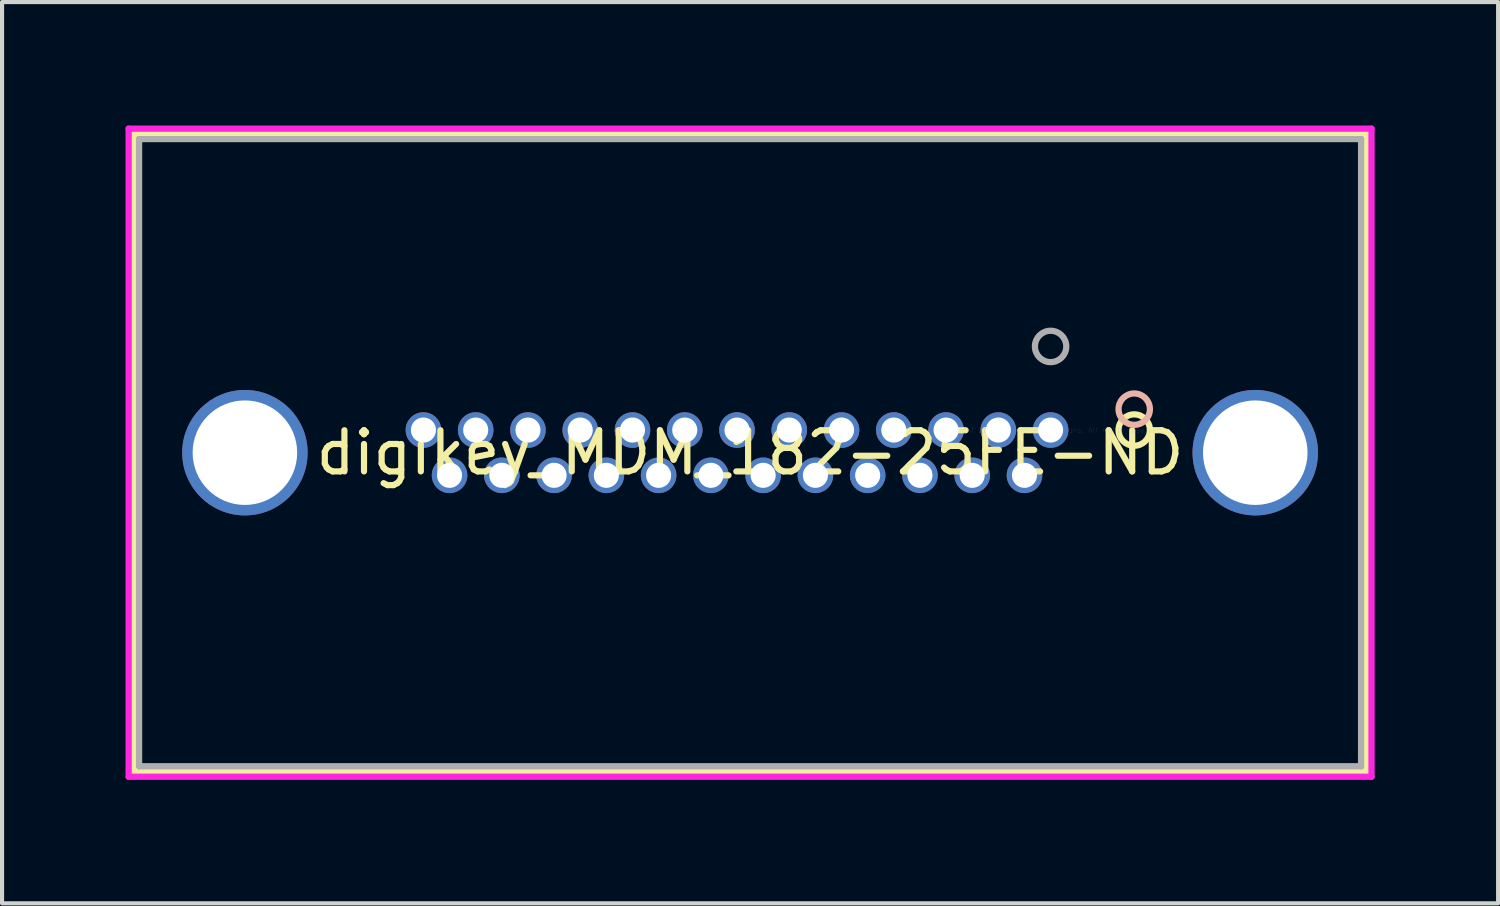
<source format=kicad_pcb>
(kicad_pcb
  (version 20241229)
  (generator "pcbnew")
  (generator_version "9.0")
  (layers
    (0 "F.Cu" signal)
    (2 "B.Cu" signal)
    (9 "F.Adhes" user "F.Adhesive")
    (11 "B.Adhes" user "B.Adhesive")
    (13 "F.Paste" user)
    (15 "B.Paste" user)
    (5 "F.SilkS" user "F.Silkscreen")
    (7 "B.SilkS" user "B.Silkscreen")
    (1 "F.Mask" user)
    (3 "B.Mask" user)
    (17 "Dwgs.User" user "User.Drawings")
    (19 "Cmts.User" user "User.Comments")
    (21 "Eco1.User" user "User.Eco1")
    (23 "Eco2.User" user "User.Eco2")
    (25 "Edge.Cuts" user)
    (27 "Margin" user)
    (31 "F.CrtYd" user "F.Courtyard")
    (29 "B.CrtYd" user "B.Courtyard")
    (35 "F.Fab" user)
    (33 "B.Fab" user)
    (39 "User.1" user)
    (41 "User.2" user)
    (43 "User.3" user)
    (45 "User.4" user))
  (footprint "digikey_MDM_182-25FE-ND"
    (layer "F.Cu")
    (at 22.479 7.4)
    (property "Reference" "digikey_MDM_182-25FE-ND" (at -7.303 0.55 0) (layer "F.SilkS") (effects (font (size 1 1) (thickness 0.15))))
    (attr through_hole)
    (fp_line (start -22.276 -7.197) (end -22.276 8.297) (stroke (width 0.152) (type solid)) (layer "F.SilkS"))
    (fp_line (start -22.276 8.297) (end 7.671 8.297) (stroke (width 0.152) (type solid)) (layer "F.SilkS"))
    (fp_line (start 7.671 -7.197) (end -22.276 -7.197) (stroke (width 0.152) (type solid)) (layer "F.SilkS"))
    (fp_line (start 7.671 8.297) (end 7.671 -7.197) (stroke (width 0.152) (type solid)) (layer "F.SilkS"))
    (fp_circle (center 2.032 0) (end 2.413 0) (stroke (width 0.152) (type solid)) (fill no) (layer "F.SilkS"))
    (fp_circle (center 2.032 -0.508) (end 2.413 -0.508) (stroke (width 0.152) (type solid)) (fill no) (layer "B.SilkS"))
    (fp_line (start -22.403 -7.324) (end -22.403 8.424) (stroke (width 0.152) (type solid)) (layer "F.CrtYd"))
    (fp_line (start -22.403 8.424) (end 7.798 8.424) (stroke (width 0.152) (type solid)) (layer "F.CrtYd"))
    (fp_line (start 7.798 -7.324) (end -22.403 -7.324) (stroke (width 0.152) (type solid)) (layer "F.CrtYd"))
    (fp_line (start 7.798 8.424) (end 7.798 -7.324) (stroke (width 0.152) (type solid)) (layer "F.CrtYd"))
    (fp_line (start -22.149 -7.07) (end -22.149 8.17) (stroke (width 0.152) (type solid)) (layer "F.Fab"))
    (fp_line (start -22.149 8.17) (end 7.544 8.17) (stroke (width 0.152) (type solid)) (layer "F.Fab"))
    (fp_line (start 7.544 -7.07) (end -22.149 -7.07) (stroke (width 0.152) (type solid)) (layer "F.Fab"))
    (fp_line (start 7.544 8.17) (end 7.544 -7.07) (stroke (width 0.152) (type solid)) (layer "F.Fab"))
    (fp_circle (center 0 -2.032) (end 0.381 -2.032) (stroke (width 0.152) (type solid)) (fill no) (layer "F.Fab"))
    (fp_text user "Copyright 2016 Accelerated Designs. All rights reserved." (at 0 0 0) (layer "Cmts.User") (effects (font (size 0.127 0.127) (thickness 0.002))))
    (pad "1" thru_hole circle (at 0 0) (size 0.864 0.864) (drill 0.61) (layers "*.Cu" "*.Mask"))
    (pad "2" thru_hole circle (at -1.27 0) (size 0.864 0.864) (drill 0.61) (layers "*.Cu" "*.Mask"))
    (pad "3" thru_hole circle (at -2.54 0) (size 0.864 0.864) (drill 0.61) (layers "*.Cu" "*.Mask"))
    (pad "4" thru_hole circle (at -3.81 0) (size 0.864 0.864) (drill 0.61) (layers "*.Cu" "*.Mask"))
    (pad "5" thru_hole circle (at -5.08 0) (size 0.864 0.864) (drill 0.61) (layers "*.Cu" "*.Mask"))
    (pad "6" thru_hole circle (at -6.35 0) (size 0.864 0.864) (drill 0.61) (layers "*.Cu" "*.Mask"))
    (pad "7" thru_hole circle (at -7.62 0) (size 0.864 0.864) (drill 0.61) (layers "*.Cu" "*.Mask"))
    (pad "8" thru_hole circle (at -8.89 0) (size 0.864 0.864) (drill 0.61) (layers "*.Cu" "*.Mask"))
    (pad "9" thru_hole circle (at -10.16 0) (size 0.864 0.864) (drill 0.61) (layers "*.Cu" "*.Mask"))
    (pad "10" thru_hole circle (at -11.43 0) (size 0.864 0.864) (drill 0.61) (layers "*.Cu" "*.Mask"))
    (pad "11" thru_hole circle (at -12.7 0) (size 0.864 0.864) (drill 0.61) (layers "*.Cu" "*.Mask"))
    (pad "12" thru_hole circle (at -13.97 0) (size 0.864 0.864) (drill 0.61) (layers "*.Cu" "*.Mask"))
    (pad "13" thru_hole circle (at -15.24 0) (size 0.864 0.864) (drill 0.61) (layers "*.Cu" "*.Mask"))
    (pad "14" thru_hole circle (at -0.635 1.1) (size 0.864 0.864) (drill 0.61) (layers "*.Cu" "*.Mask"))
    (pad "15" thru_hole circle (at -1.905 1.1) (size 0.864 0.864) (drill 0.61) (layers "*.Cu" "*.Mask"))
    (pad "16" thru_hole circle (at -3.175 1.1) (size 0.864 0.864) (drill 0.61) (layers "*.Cu" "*.Mask"))
    (pad "17" thru_hole circle (at -4.445 1.1) (size 0.864 0.864) (drill 0.61) (layers "*.Cu" "*.Mask"))
    (pad "18" thru_hole circle (at -5.715 1.1) (size 0.864 0.864) (drill 0.61) (layers "*.Cu" "*.Mask"))
    (pad "19" thru_hole circle (at -6.985 1.1) (size 0.864 0.864) (drill 0.61) (layers "*.Cu" "*.Mask"))
    (pad "20" thru_hole circle (at -8.255 1.1) (size 0.864 0.864) (drill 0.61) (layers "*.Cu" "*.Mask"))
    (pad "21" thru_hole circle (at -9.525 1.1) (size 0.864 0.864) (drill 0.61) (layers "*.Cu" "*.Mask"))
    (pad "22" thru_hole circle (at -10.795 1.1) (size 0.864 0.864) (drill 0.61) (layers "*.Cu" "*.Mask"))
    (pad "23" thru_hole circle (at -12.065 1.1) (size 0.864 0.864) (drill 0.61) (layers "*.Cu" "*.Mask"))
    (pad "24" thru_hole circle (at -13.335 1.1) (size 0.864 0.864) (drill 0.61) (layers "*.Cu" "*.Mask"))
    (pad "25" thru_hole circle (at -14.605 1.1) (size 0.864 0.864) (drill 0.61) (layers "*.Cu" "*.Mask"))
    (pad "27" thru_hole circle (at -19.578 0.55 90) (size 3.048 3.048) (drill 2.54) (layers "*.Cu" "*.Mask"))
    (pad "28" thru_hole circle (at 4.973 0.55 90) (size 3.048 3.048) (drill 2.54) (layers "*.Cu" "*.Mask")))
  (gr_rect
    (start -3 -3)
    (end 33.353 18.9)
    (stroke (width 0.1) (type default))
    (fill no)
    (layer "Edge.Cuts")))
</source>
